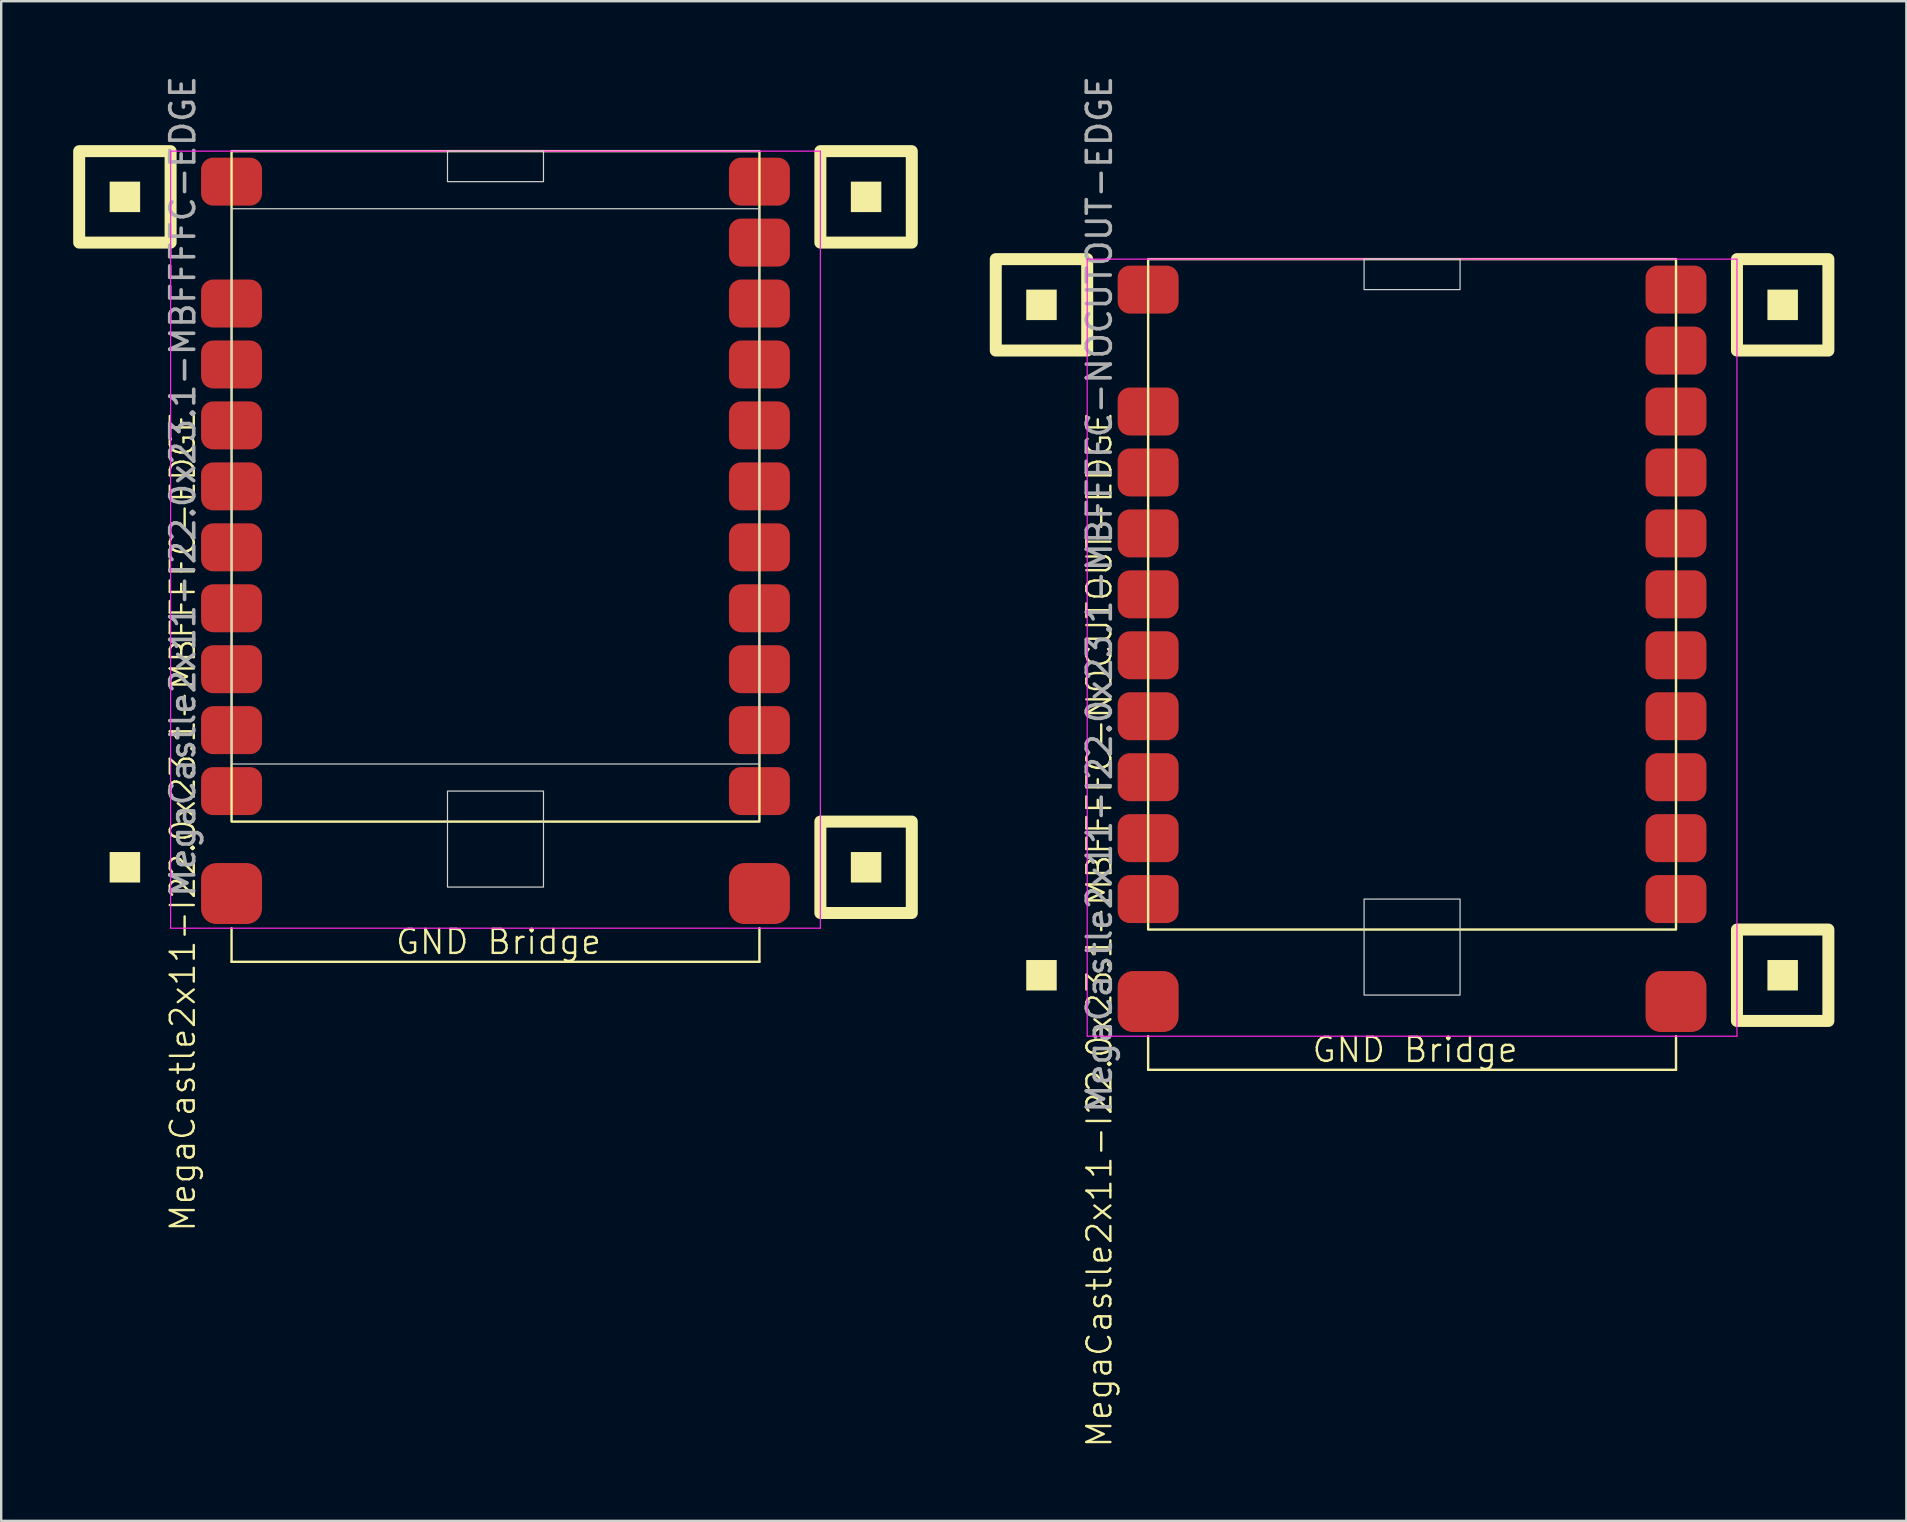
<source format=kicad_pcb>
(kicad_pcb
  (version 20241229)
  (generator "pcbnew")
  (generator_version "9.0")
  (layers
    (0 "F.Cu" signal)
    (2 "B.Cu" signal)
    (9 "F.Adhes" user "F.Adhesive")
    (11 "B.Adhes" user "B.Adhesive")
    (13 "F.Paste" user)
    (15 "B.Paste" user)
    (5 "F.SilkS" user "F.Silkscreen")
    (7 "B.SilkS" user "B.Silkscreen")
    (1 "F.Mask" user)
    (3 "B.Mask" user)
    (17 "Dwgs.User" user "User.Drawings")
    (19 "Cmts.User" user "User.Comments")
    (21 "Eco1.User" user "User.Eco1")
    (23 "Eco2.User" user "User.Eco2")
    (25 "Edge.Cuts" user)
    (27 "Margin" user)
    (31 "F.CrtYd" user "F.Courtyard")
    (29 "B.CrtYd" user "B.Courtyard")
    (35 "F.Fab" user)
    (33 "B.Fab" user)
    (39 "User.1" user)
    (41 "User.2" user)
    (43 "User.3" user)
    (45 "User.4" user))
  (footprint "MegaCastle2x11-I22.0x23.1-MBFFFFC-NOCUTOUT-EDGE"
    (layer "F.Cu")
    (at 55.8 21.72)
    (property "Reference" "MegaCastle2x11-I22.0x23.1-MBFFFFC-NOCUTOUT-EDGE" (at -13.032 13.97 90) (unlocked yes) (layer "F.SilkS") (effects (font (size 1 1) (thickness 0.1))))
    (attr smd)
    (fp_line (start -11 18.415) (end -11 19.815) (stroke (width 0.1) (type default)) (layer "F.SilkS"))
    (fp_line (start -11 19.815) (end 11 19.815) (stroke (width 0.1) (type default)) (layer "F.SilkS"))
    (fp_line (start 11 18.415) (end 11 19.815) (stroke (width 0.1) (type default)) (layer "F.SilkS"))
    (fp_rect (start -14.81 -11.43) (end -16.08 -12.7) (stroke (width 0) (type solid)) (fill yes) (layer "F.SilkS"))
    (fp_rect (start -14.81 16.51) (end -16.08 15.24) (stroke (width 0) (type solid)) (fill yes) (layer "F.SilkS"))
    (fp_rect (start -13.54 -10.16) (end -17.35 -13.97) (stroke (width 0.5) (type default)) (fill no) (layer "F.SilkS"))
    (fp_rect (start -11 -13.97) (end 11 13.97) (stroke (width 0.1) (type default)) (fill no) (layer "F.SilkS"))
    (fp_rect (start 16.08 -11.43) (end 14.81 -12.7) (stroke (width 0) (type solid)) (fill yes) (layer "F.SilkS"))
    (fp_rect (start 16.08 16.51) (end 14.81 15.24) (stroke (width 0) (type solid)) (fill yes) (layer "F.SilkS"))
    (fp_rect (start 17.35 -10.16) (end 13.54 -13.97) (stroke (width 0.5) (type default)) (fill no) (layer "F.SilkS"))
    (fp_rect (start 17.35 17.78) (end 13.54 13.97) (stroke (width 0.5) (type default)) (fill no) (layer "F.SilkS"))
    (fp_rect (start -2 -12.7) (end 2 -13.97) (stroke (width 0.05) (type default)) (fill no) (layer "Edge.Cuts"))
    (fp_rect (start -2 12.7) (end 2 16.7) (stroke (width 0.05) (type default)) (fill no) (layer "Edge.Cuts"))
    (fp_line (start -13.54 -13.97) (end -13.54 18.415) (stroke (width 0.05) (type default)) (layer "F.CrtYd"))
    (fp_line (start -13.54 18.415) (end 13.54 18.415) (stroke (width 0.05) (type default)) (layer "F.CrtYd"))
    (fp_line (start 13.54 -13.97) (end -13.54 -13.97) (stroke (width 0.05) (type default)) (layer "F.CrtYd"))
    (fp_line (start 13.54 -13.97) (end 13.54 18.415) (stroke (width 0.05) (type default)) (layer "F.CrtYd"))
    (fp_text user "GND Bridge" (at -4.226 19.57 0) (unlocked yes) (layer "F.SilkS") (effects (font (size 1 1) (thickness 0.1)) (justify left bottom)))
    (fp_text user "${REFERENCE}" (at -13.032 0 90) (unlocked yes) (layer "F.Fab") (effects (font (size 1 1) (thickness 0.15))))
    (pad "1" smd roundrect (at -11 -12.7) (size 2.54 2) (layers "F.Cu" "F.Mask" "F.Paste") (roundrect_rratio 0.25))
    (pad "3" smd roundrect (at -11 -7.62) (size 2.54 2) (layers "F.Cu" "F.Mask" "F.Paste") (roundrect_rratio 0.25))
    (pad "4" smd roundrect (at -11 -5.08) (size 2.54 2) (layers "F.Cu" "F.Mask" "F.Paste") (roundrect_rratio 0.25))
    (pad "5" smd roundrect (at -11 -2.54) (size 2.54 2) (layers "F.Cu" "F.Mask" "F.Paste") (roundrect_rratio 0.25))
    (pad "6" smd roundrect (at -11 0) (size 2.54 2) (layers "F.Cu" "F.Mask" "F.Paste") (roundrect_rratio 0.25))
    (pad "7" smd roundrect (at -11 2.54) (size 2.54 2) (layers "F.Cu" "F.Mask" "F.Paste") (roundrect_rratio 0.25))
    (pad "8" smd roundrect (at -11 5.08) (size 2.54 2) (layers "F.Cu" "F.Mask" "F.Paste") (roundrect_rratio 0.25))
    (pad "9" smd roundrect (at -11 7.62) (size 2.54 2) (layers "F.Cu" "F.Mask" "F.Paste") (roundrect_rratio 0.25))
    (pad "10" smd roundrect (at -11 10.16) (size 2.54 2) (layers "F.Cu" "F.Mask" "F.Paste") (roundrect_rratio 0.25))
    (pad "11" smd roundrect (at -11 12.7) (size 2.54 2) (layers "F.Cu" "F.Mask" "F.Paste") (roundrect_rratio 0.25))
    (pad "12" smd roundrect (at 11 -12.7) (size 2.54 2) (layers "F.Cu" "F.Mask" "F.Paste") (roundrect_rratio 0.25))
    (pad "13" smd roundrect (at 11 -10.16) (size 2.54 2) (layers "F.Cu" "F.Mask" "F.Paste") (roundrect_rratio 0.25))
    (pad "14" smd roundrect (at 11 -7.62) (size 2.54 2) (layers "F.Cu" "F.Mask" "F.Paste") (roundrect_rratio 0.25))
    (pad "15" smd roundrect (at 11 -5.08) (size 2.54 2) (layers "F.Cu" "F.Mask" "F.Paste") (roundrect_rratio 0.25))
    (pad "16" smd roundrect (at 11 -2.54) (size 2.54 2) (layers "F.Cu" "F.Mask" "F.Paste") (roundrect_rratio 0.25))
    (pad "17" smd roundrect (at 11 0) (size 2.54 2) (layers "F.Cu" "F.Mask" "F.Paste") (roundrect_rratio 0.25))
    (pad "18" smd roundrect (at 11 2.54) (size 2.54 2) (layers "F.Cu" "F.Mask" "F.Paste") (roundrect_rratio 0.25))
    (pad "19" smd roundrect (at 11 5.08) (size 2.54 2) (layers "F.Cu" "F.Mask" "F.Paste") (roundrect_rratio 0.25))
    (pad "20" smd roundrect (at 11 7.62) (size 2.54 2) (layers "F.Cu" "F.Mask" "F.Paste") (roundrect_rratio 0.25))
    (pad "21" smd roundrect (at 11 10.16) (size 2.54 2) (layers "F.Cu" "F.Mask" "F.Paste") (roundrect_rratio 0.25))
    (pad "22" smd roundrect (at 11 12.7) (size 2.54 2) (layers "F.Cu" "F.Mask" "F.Paste") (roundrect_rratio 0.25))
    (pad "B1" smd roundrect (at -11 16.97) (size 2.54 2.54) (layers "F.Cu" "F.Mask" "F.Paste") (roundrect_rratio 0.25))
    (pad "B2" smd roundrect (at 11 16.97) (size 2.54 2.54) (layers "F.Cu" "F.Mask" "F.Paste") (roundrect_rratio 0.25)))
  (footprint "MegaCastle2x11-I22.0x23.1-MBFFFFC-EDGE"
    (layer "F.Cu")
    (at 17.6 17.22)
    (property "Reference" "MegaCastle2x11-I22.0x23.1-MBFFFFC-EDGE" (at -13.032 13.97 90) (unlocked yes) (layer "F.SilkS") (effects (font (size 1 1) (thickness 0.1))))
    (attr smd)
    (fp_line (start -11 18.415) (end -11 19.815) (stroke (width 0.1) (type default)) (layer "F.SilkS"))
    (fp_line (start -11 19.815) (end 11 19.815) (stroke (width 0.1) (type default)) (layer "F.SilkS"))
    (fp_line (start 11 18.415) (end 11 19.815) (stroke (width 0.1) (type default)) (layer "F.SilkS"))
    (fp_rect (start -14.81 -11.43) (end -16.08 -12.7) (stroke (width 0) (type solid)) (fill yes) (layer "F.SilkS"))
    (fp_rect (start -14.81 16.51) (end -16.08 15.24) (stroke (width 0) (type solid)) (fill yes) (layer "F.SilkS"))
    (fp_rect (start -13.54 -10.16) (end -17.35 -13.97) (stroke (width 0.5) (type default)) (fill no) (layer "F.SilkS"))
    (fp_rect (start -11 -13.97) (end 11 13.97) (stroke (width 0.1) (type default)) (fill no) (layer "F.SilkS"))
    (fp_rect (start 16.08 -11.43) (end 14.81 -12.7) (stroke (width 0) (type solid)) (fill yes) (layer "F.SilkS"))
    (fp_rect (start 16.08 16.51) (end 14.81 15.24) (stroke (width 0) (type solid)) (fill yes) (layer "F.SilkS"))
    (fp_rect (start 17.35 -10.16) (end 13.54 -13.97) (stroke (width 0.5) (type default)) (fill no) (layer "F.SilkS"))
    (fp_rect (start 17.35 17.78) (end 13.54 13.97) (stroke (width 0.5) (type default)) (fill no) (layer "F.SilkS"))
    (fp_rect (start -11 -11.57) (end 11 11.57) (stroke (width 0.05) (type default)) (fill no) (layer "Edge.Cuts"))
    (fp_rect (start -2 -12.7) (end 2 -13.97) (stroke (width 0.05) (type default)) (fill no) (layer "Edge.Cuts"))
    (fp_rect (start -2 12.7) (end 2 16.7) (stroke (width 0.05) (type default)) (fill no) (layer "Edge.Cuts"))
    (fp_line (start -13.54 -13.97) (end -13.54 18.415) (stroke (width 0.05) (type default)) (layer "F.CrtYd"))
    (fp_line (start -13.54 18.415) (end 13.54 18.415) (stroke (width 0.05) (type default)) (layer "F.CrtYd"))
    (fp_line (start 13.54 -13.97) (end -13.54 -13.97) (stroke (width 0.05) (type default)) (layer "F.CrtYd"))
    (fp_line (start 13.54 -13.97) (end 13.54 18.415) (stroke (width 0.05) (type default)) (layer "F.CrtYd"))
    (fp_text user "GND Bridge" (at -4.226 19.57 0) (unlocked yes) (layer "F.SilkS") (effects (font (size 1 1) (thickness 0.1)) (justify left bottom)))
    (fp_text user "${REFERENCE}" (at -13.032 0 90) (unlocked yes) (layer "F.Fab") (effects (font (size 1 1) (thickness 0.15))))
    (pad "1" smd roundrect (at -11 -12.7) (size 2.54 2) (layers "F.Cu" "F.Mask" "F.Paste") (roundrect_rratio 0.25))
    (pad "3" smd roundrect (at -11 -7.62) (size 2.54 2) (layers "F.Cu" "F.Mask" "F.Paste") (roundrect_rratio 0.25))
    (pad "4" smd roundrect (at -11 -5.08) (size 2.54 2) (layers "F.Cu" "F.Mask" "F.Paste") (roundrect_rratio 0.25))
    (pad "5" smd roundrect (at -11 -2.54) (size 2.54 2) (layers "F.Cu" "F.Mask" "F.Paste") (roundrect_rratio 0.25))
    (pad "6" smd roundrect (at -11 0) (size 2.54 2) (layers "F.Cu" "F.Mask" "F.Paste") (roundrect_rratio 0.25))
    (pad "7" smd roundrect (at -11 2.54) (size 2.54 2) (layers "F.Cu" "F.Mask" "F.Paste") (roundrect_rratio 0.25))
    (pad "8" smd roundrect (at -11 5.08) (size 2.54 2) (layers "F.Cu" "F.Mask" "F.Paste") (roundrect_rratio 0.25))
    (pad "9" smd roundrect (at -11 7.62) (size 2.54 2) (layers "F.Cu" "F.Mask" "F.Paste") (roundrect_rratio 0.25))
    (pad "10" smd roundrect (at -11 10.16) (size 2.54 2) (layers "F.Cu" "F.Mask" "F.Paste") (roundrect_rratio 0.25))
    (pad "11" smd roundrect (at -11 12.7) (size 2.54 2) (layers "F.Cu" "F.Mask" "F.Paste") (roundrect_rratio 0.25))
    (pad "12" smd roundrect (at 11 -12.7) (size 2.54 2) (layers "F.Cu" "F.Mask" "F.Paste") (roundrect_rratio 0.25))
    (pad "13" smd roundrect (at 11 -10.16) (size 2.54 2) (layers "F.Cu" "F.Mask" "F.Paste") (roundrect_rratio 0.25))
    (pad "14" smd roundrect (at 11 -7.62) (size 2.54 2) (layers "F.Cu" "F.Mask" "F.Paste") (roundrect_rratio 0.25))
    (pad "15" smd roundrect (at 11 -5.08) (size 2.54 2) (layers "F.Cu" "F.Mask" "F.Paste") (roundrect_rratio 0.25))
    (pad "16" smd roundrect (at 11 -2.54) (size 2.54 2) (layers "F.Cu" "F.Mask" "F.Paste") (roundrect_rratio 0.25))
    (pad "17" smd roundrect (at 11 0) (size 2.54 2) (layers "F.Cu" "F.Mask" "F.Paste") (roundrect_rratio 0.25))
    (pad "18" smd roundrect (at 11 2.54) (size 2.54 2) (layers "F.Cu" "F.Mask" "F.Paste") (roundrect_rratio 0.25))
    (pad "19" smd roundrect (at 11 5.08) (size 2.54 2) (layers "F.Cu" "F.Mask" "F.Paste") (roundrect_rratio 0.25))
    (pad "20" smd roundrect (at 11 7.62) (size 2.54 2) (layers "F.Cu" "F.Mask" "F.Paste") (roundrect_rratio 0.25))
    (pad "21" smd roundrect (at 11 10.16) (size 2.54 2) (layers "F.Cu" "F.Mask" "F.Paste") (roundrect_rratio 0.25))
    (pad "22" smd roundrect (at 11 12.7) (size 2.54 2) (layers "F.Cu" "F.Mask" "F.Paste") (roundrect_rratio 0.25))
    (pad "B1" smd roundrect (at -11 16.97) (size 2.54 2.54) (layers "F.Cu" "F.Mask" "F.Paste") (roundrect_rratio 0.25))
    (pad "B2" smd roundrect (at 11 16.97) (size 2.54 2.54) (layers "F.Cu" "F.Mask" "F.Paste") (roundrect_rratio 0.25)))
  (gr_rect
    (start -3 -3)
    (end 76.4 60.335)
    (stroke (width 0.1) (type default))
    (fill no)
    (layer "Edge.Cuts")))
</source>
